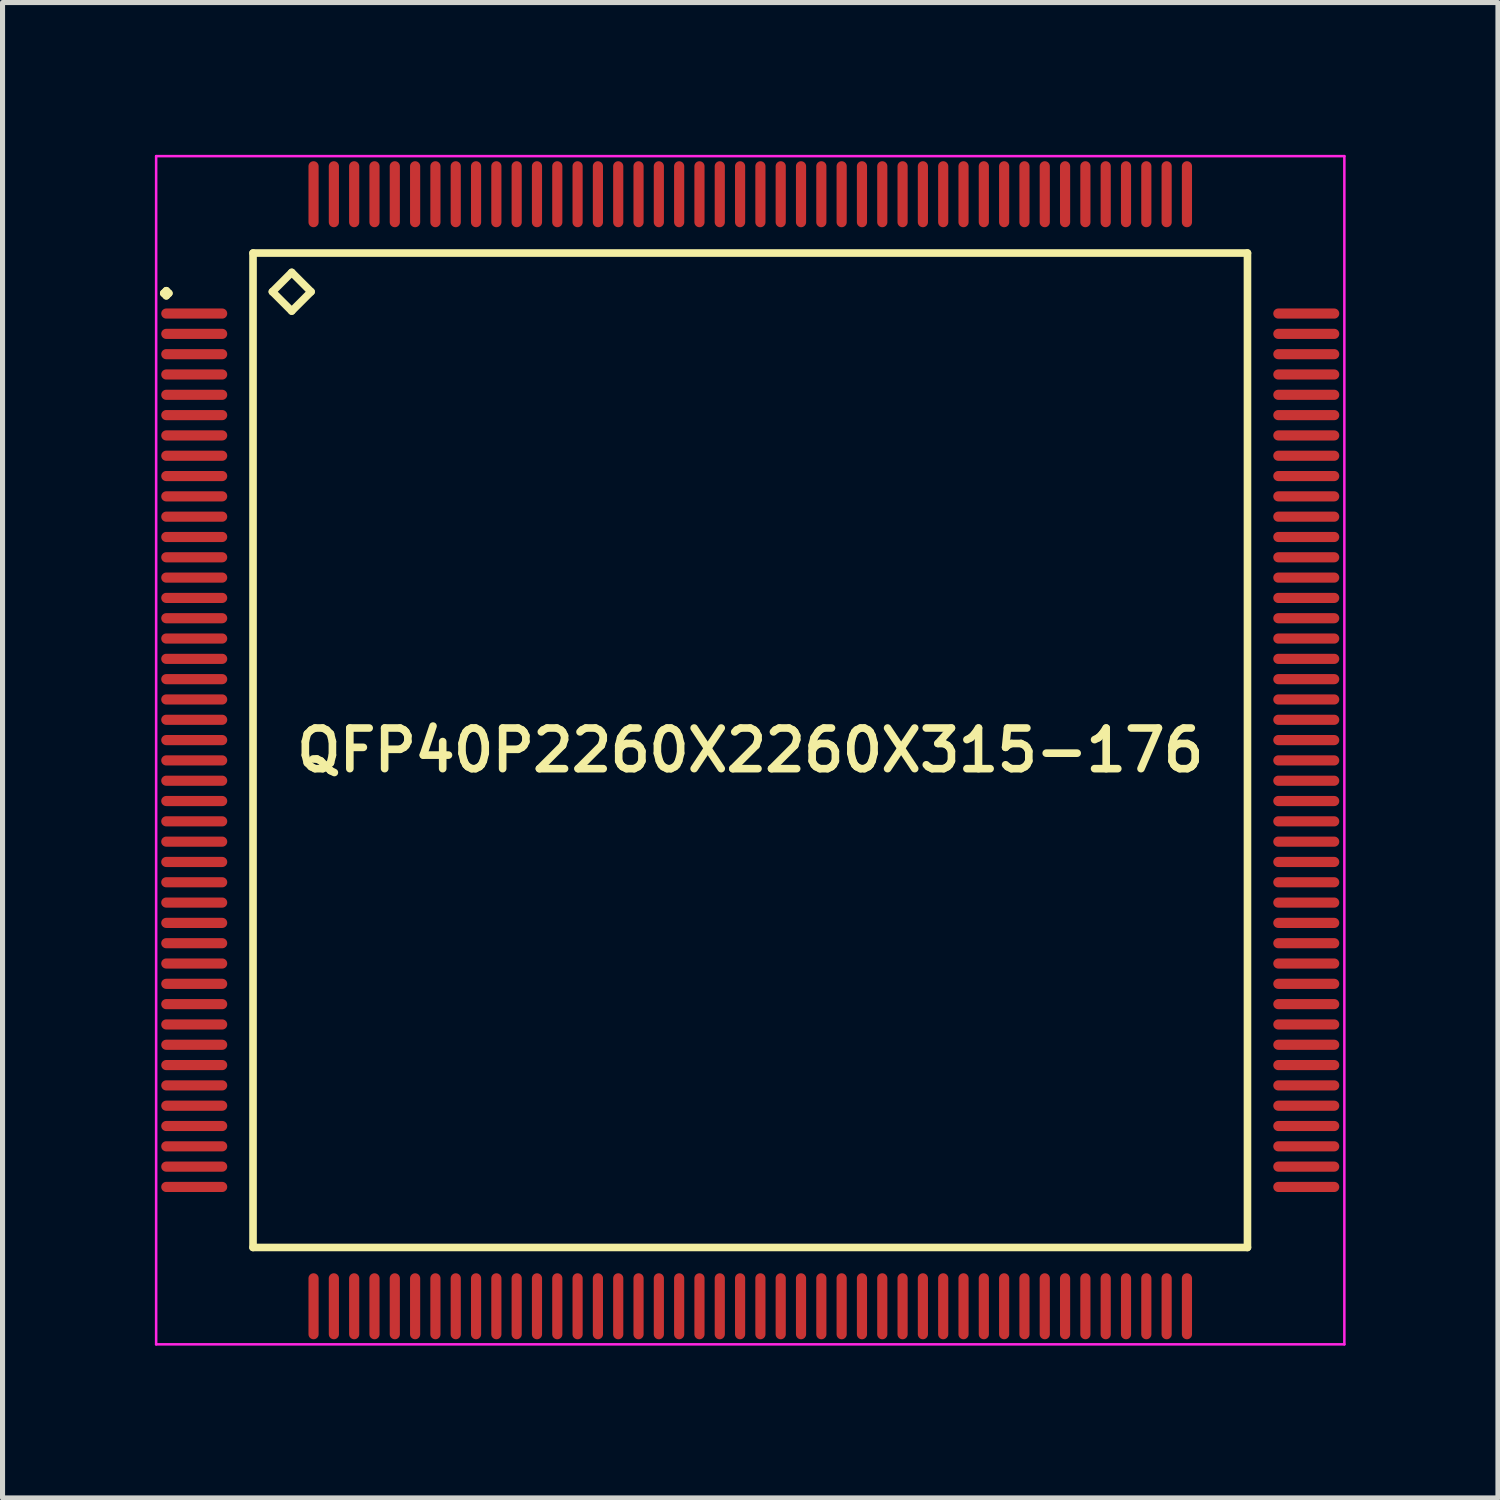
<source format=kicad_pcb>
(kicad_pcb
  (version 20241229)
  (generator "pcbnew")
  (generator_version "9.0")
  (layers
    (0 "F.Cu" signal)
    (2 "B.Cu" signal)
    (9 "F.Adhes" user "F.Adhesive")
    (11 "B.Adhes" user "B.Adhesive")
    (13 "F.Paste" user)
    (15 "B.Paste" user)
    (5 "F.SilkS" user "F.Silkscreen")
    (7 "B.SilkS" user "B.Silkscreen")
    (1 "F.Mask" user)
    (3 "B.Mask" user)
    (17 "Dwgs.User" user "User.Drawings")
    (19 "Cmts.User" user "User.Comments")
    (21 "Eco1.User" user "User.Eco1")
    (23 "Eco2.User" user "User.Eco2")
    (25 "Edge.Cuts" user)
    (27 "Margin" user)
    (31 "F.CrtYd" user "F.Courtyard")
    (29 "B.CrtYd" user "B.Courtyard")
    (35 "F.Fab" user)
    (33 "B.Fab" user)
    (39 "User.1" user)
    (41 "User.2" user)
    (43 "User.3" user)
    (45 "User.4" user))
  (footprint "QFP40P2260X2260X315-176"
    (layer "F.Cu")
    (at 11.725 11.725)
    (property "Reference" "QFP40P2260X2260X315-176" (at 0 0 0) (layer "F.SilkS") (effects (font (size 0.8 0.8) (thickness 0.15))))
    (attr smd)
    (fp_line (start -11.55 -9) (end -11.5 -9.05) (stroke (width 0.15) (type solid)) (layer "F.SilkS"))
    (fp_line (start -11.5 -9.05) (end -11.45 -9) (stroke (width 0.15) (type solid)) (layer "F.SilkS"))
    (fp_line (start -11.5 -8.95) (end -11.55 -9) (stroke (width 0.15) (type solid)) (layer "F.SilkS"))
    (fp_line (start -11.45 -9) (end -11.5 -8.95) (stroke (width 0.15) (type solid)) (layer "F.SilkS"))
    (fp_line (start -9.792 -9.792) (end -9.792 9.792) (stroke (width 0.15) (type solid)) (layer "F.SilkS"))
    (fp_line (start -9.792 9.792) (end 9.792 9.792) (stroke (width 0.15) (type solid)) (layer "F.SilkS"))
    (fp_line (start -9.411 -9.03) (end -9.03 -9.411) (stroke (width 0.15) (type solid)) (layer "F.SilkS"))
    (fp_line (start -9.03 -9.411) (end -8.649 -9.03) (stroke (width 0.15) (type solid)) (layer "F.SilkS"))
    (fp_line (start -9.03 -8.649) (end -9.411 -9.03) (stroke (width 0.15) (type solid)) (layer "F.SilkS"))
    (fp_line (start -8.649 -9.03) (end -9.03 -8.649) (stroke (width 0.15) (type solid)) (layer "F.SilkS"))
    (fp_line (start 9.792 -9.792) (end -9.792 -9.792) (stroke (width 0.15) (type solid)) (layer "F.SilkS"))
    (fp_line (start 9.792 9.792) (end 9.792 -9.792) (stroke (width 0.15) (type solid)) (layer "F.SilkS"))
    (fp_line (start -11.7 -11.7) (end 11.7 -11.7) (stroke (width 0.05) (type solid)) (layer "F.CrtYd"))
    (fp_line (start -11.7 11.7) (end -11.7 -11.7) (stroke (width 0.05) (type solid)) (layer "F.CrtYd"))
    (fp_line (start 11.7 -11.7) (end 11.7 11.7) (stroke (width 0.05) (type solid)) (layer "F.CrtYd"))
    (fp_line (start 11.7 11.7) (end -11.7 11.7) (stroke (width 0.05) (type solid)) (layer "F.CrtYd"))
    (pad "1" smd oval (at -10.95 -8.6) (size 1.3 0.2) (layers "F.Cu" "F.Mask" "F.Paste"))
    (pad "2" smd oval (at -10.95 -8.2) (size 1.3 0.2) (layers "F.Cu" "F.Mask" "F.Paste"))
    (pad "3" smd oval (at -10.95 -7.8) (size 1.3 0.2) (layers "F.Cu" "F.Mask" "F.Paste"))
    (pad "4" smd oval (at -10.95 -7.4) (size 1.3 0.2) (layers "F.Cu" "F.Mask" "F.Paste"))
    (pad "5" smd oval (at -10.95 -7) (size 1.3 0.2) (layers "F.Cu" "F.Mask" "F.Paste"))
    (pad "6" smd oval (at -10.95 -6.6) (size 1.3 0.2) (layers "F.Cu" "F.Mask" "F.Paste"))
    (pad "7" smd oval (at -10.95 -6.2) (size 1.3 0.2) (layers "F.Cu" "F.Mask" "F.Paste"))
    (pad "8" smd oval (at -10.95 -5.8) (size 1.3 0.2) (layers "F.Cu" "F.Mask" "F.Paste"))
    (pad "9" smd oval (at -10.95 -5.4) (size 1.3 0.2) (layers "F.Cu" "F.Mask" "F.Paste"))
    (pad "10" smd oval (at -10.95 -5) (size 1.3 0.2) (layers "F.Cu" "F.Mask" "F.Paste"))
    (pad "11" smd oval (at -10.95 -4.6) (size 1.3 0.2) (layers "F.Cu" "F.Mask" "F.Paste"))
    (pad "12" smd oval (at -10.95 -4.2) (size 1.3 0.2) (layers "F.Cu" "F.Mask" "F.Paste"))
    (pad "13" smd oval (at -10.95 -3.8) (size 1.3 0.2) (layers "F.Cu" "F.Mask" "F.Paste"))
    (pad "14" smd oval (at -10.95 -3.4) (size 1.3 0.2) (layers "F.Cu" "F.Mask" "F.Paste"))
    (pad "15" smd oval (at -10.95 -3) (size 1.3 0.2) (layers "F.Cu" "F.Mask" "F.Paste"))
    (pad "16" smd oval (at -10.95 -2.6) (size 1.3 0.2) (layers "F.Cu" "F.Mask" "F.Paste"))
    (pad "17" smd oval (at -10.95 -2.2) (size 1.3 0.2) (layers "F.Cu" "F.Mask" "F.Paste"))
    (pad "18" smd oval (at -10.95 -1.8) (size 1.3 0.2) (layers "F.Cu" "F.Mask" "F.Paste"))
    (pad "19" smd oval (at -10.95 -1.4) (size 1.3 0.2) (layers "F.Cu" "F.Mask" "F.Paste"))
    (pad "20" smd oval (at -10.95 -1) (size 1.3 0.2) (layers "F.Cu" "F.Mask" "F.Paste"))
    (pad "21" smd oval (at -10.95 -0.6) (size 1.3 0.2) (layers "F.Cu" "F.Mask" "F.Paste"))
    (pad "22" smd oval (at -10.95 -0.2) (size 1.3 0.2) (layers "F.Cu" "F.Mask" "F.Paste"))
    (pad "23" smd oval (at -10.95 0.2) (size 1.3 0.2) (layers "F.Cu" "F.Mask" "F.Paste"))
    (pad "24" smd oval (at -10.95 0.6) (size 1.3 0.2) (layers "F.Cu" "F.Mask" "F.Paste"))
    (pad "25" smd oval (at -10.95 1) (size 1.3 0.2) (layers "F.Cu" "F.Mask" "F.Paste"))
    (pad "26" smd oval (at -10.95 1.4) (size 1.3 0.2) (layers "F.Cu" "F.Mask" "F.Paste"))
    (pad "27" smd oval (at -10.95 1.8) (size 1.3 0.2) (layers "F.Cu" "F.Mask" "F.Paste"))
    (pad "28" smd oval (at -10.95 2.2) (size 1.3 0.2) (layers "F.Cu" "F.Mask" "F.Paste"))
    (pad "29" smd oval (at -10.95 2.6) (size 1.3 0.2) (layers "F.Cu" "F.Mask" "F.Paste"))
    (pad "30" smd oval (at -10.95 3) (size 1.3 0.2) (layers "F.Cu" "F.Mask" "F.Paste"))
    (pad "31" smd oval (at -10.95 3.4) (size 1.3 0.2) (layers "F.Cu" "F.Mask" "F.Paste"))
    (pad "32" smd oval (at -10.95 3.8) (size 1.3 0.2) (layers "F.Cu" "F.Mask" "F.Paste"))
    (pad "33" smd oval (at -10.95 4.2) (size 1.3 0.2) (layers "F.Cu" "F.Mask" "F.Paste"))
    (pad "34" smd oval (at -10.95 4.6) (size 1.3 0.2) (layers "F.Cu" "F.Mask" "F.Paste"))
    (pad "35" smd oval (at -10.95 5) (size 1.3 0.2) (layers "F.Cu" "F.Mask" "F.Paste"))
    (pad "36" smd oval (at -10.95 5.4) (size 1.3 0.2) (layers "F.Cu" "F.Mask" "F.Paste"))
    (pad "37" smd oval (at -10.95 5.8) (size 1.3 0.2) (layers "F.Cu" "F.Mask" "F.Paste"))
    (pad "38" smd oval (at -10.95 6.2) (size 1.3 0.2) (layers "F.Cu" "F.Mask" "F.Paste"))
    (pad "39" smd oval (at -10.95 6.6) (size 1.3 0.2) (layers "F.Cu" "F.Mask" "F.Paste"))
    (pad "40" smd oval (at -10.95 7) (size 1.3 0.2) (layers "F.Cu" "F.Mask" "F.Paste"))
    (pad "41" smd oval (at -10.95 7.4) (size 1.3 0.2) (layers "F.Cu" "F.Mask" "F.Paste"))
    (pad "42" smd oval (at -10.95 7.8) (size 1.3 0.2) (layers "F.Cu" "F.Mask" "F.Paste"))
    (pad "43" smd oval (at -10.95 8.2) (size 1.3 0.2) (layers "F.Cu" "F.Mask" "F.Paste"))
    (pad "44" smd oval (at -10.95 8.6) (size 1.3 0.2) (layers "F.Cu" "F.Mask" "F.Paste"))
    (pad "45" smd oval (at -8.6 10.95) (size 0.2 1.3) (layers "F.Cu" "F.Mask" "F.Paste"))
    (pad "46" smd oval (at -8.2 10.95) (size 0.2 1.3) (layers "F.Cu" "F.Mask" "F.Paste"))
    (pad "47" smd oval (at -7.8 10.95) (size 0.2 1.3) (layers "F.Cu" "F.Mask" "F.Paste"))
    (pad "48" smd oval (at -7.4 10.95) (size 0.2 1.3) (layers "F.Cu" "F.Mask" "F.Paste"))
    (pad "49" smd oval (at -7 10.95) (size 0.2 1.3) (layers "F.Cu" "F.Mask" "F.Paste"))
    (pad "50" smd oval (at -6.6 10.95) (size 0.2 1.3) (layers "F.Cu" "F.Mask" "F.Paste"))
    (pad "51" smd oval (at -6.2 10.95) (size 0.2 1.3) (layers "F.Cu" "F.Mask" "F.Paste"))
    (pad "52" smd oval (at -5.8 10.95) (size 0.2 1.3) (layers "F.Cu" "F.Mask" "F.Paste"))
    (pad "53" smd oval (at -5.4 10.95) (size 0.2 1.3) (layers "F.Cu" "F.Mask" "F.Paste"))
    (pad "54" smd oval (at -5 10.95) (size 0.2 1.3) (layers "F.Cu" "F.Mask" "F.Paste"))
    (pad "55" smd oval (at -4.6 10.95) (size 0.2 1.3) (layers "F.Cu" "F.Mask" "F.Paste"))
    (pad "56" smd oval (at -4.2 10.95) (size 0.2 1.3) (layers "F.Cu" "F.Mask" "F.Paste"))
    (pad "57" smd oval (at -3.8 10.95) (size 0.2 1.3) (layers "F.Cu" "F.Mask" "F.Paste"))
    (pad "58" smd oval (at -3.4 10.95) (size 0.2 1.3) (layers "F.Cu" "F.Mask" "F.Paste"))
    (pad "59" smd oval (at -3 10.95) (size 0.2 1.3) (layers "F.Cu" "F.Mask" "F.Paste"))
    (pad "60" smd oval (at -2.6 10.95) (size 0.2 1.3) (layers "F.Cu" "F.Mask" "F.Paste"))
    (pad "61" smd oval (at -2.2 10.95) (size 0.2 1.3) (layers "F.Cu" "F.Mask" "F.Paste"))
    (pad "62" smd oval (at -1.8 10.95) (size 0.2 1.3) (layers "F.Cu" "F.Mask" "F.Paste"))
    (pad "63" smd oval (at -1.4 10.95) (size 0.2 1.3) (layers "F.Cu" "F.Mask" "F.Paste"))
    (pad "64" smd oval (at -1 10.95) (size 0.2 1.3) (layers "F.Cu" "F.Mask" "F.Paste"))
    (pad "65" smd oval (at -0.6 10.95) (size 0.2 1.3) (layers "F.Cu" "F.Mask" "F.Paste"))
    (pad "66" smd oval (at -0.2 10.95) (size 0.2 1.3) (layers "F.Cu" "F.Mask" "F.Paste"))
    (pad "67" smd oval (at 0.2 10.95) (size 0.2 1.3) (layers "F.Cu" "F.Mask" "F.Paste"))
    (pad "68" smd oval (at 0.6 10.95) (size 0.2 1.3) (layers "F.Cu" "F.Mask" "F.Paste"))
    (pad "69" smd oval (at 1 10.95) (size 0.2 1.3) (layers "F.Cu" "F.Mask" "F.Paste"))
    (pad "70" smd oval (at 1.4 10.95) (size 0.2 1.3) (layers "F.Cu" "F.Mask" "F.Paste"))
    (pad "71" smd oval (at 1.8 10.95) (size 0.2 1.3) (layers "F.Cu" "F.Mask" "F.Paste"))
    (pad "72" smd oval (at 2.2 10.95) (size 0.2 1.3) (layers "F.Cu" "F.Mask" "F.Paste"))
    (pad "73" smd oval (at 2.6 10.95) (size 0.2 1.3) (layers "F.Cu" "F.Mask" "F.Paste"))
    (pad "74" smd oval (at 3 10.95) (size 0.2 1.3) (layers "F.Cu" "F.Mask" "F.Paste"))
    (pad "75" smd oval (at 3.4 10.95) (size 0.2 1.3) (layers "F.Cu" "F.Mask" "F.Paste"))
    (pad "76" smd oval (at 3.8 10.95) (size 0.2 1.3) (layers "F.Cu" "F.Mask" "F.Paste"))
    (pad "77" smd oval (at 4.2 10.95) (size 0.2 1.3) (layers "F.Cu" "F.Mask" "F.Paste"))
    (pad "78" smd oval (at 4.6 10.95) (size 0.2 1.3) (layers "F.Cu" "F.Mask" "F.Paste"))
    (pad "79" smd oval (at 5 10.95) (size 0.2 1.3) (layers "F.Cu" "F.Mask" "F.Paste"))
    (pad "80" smd oval (at 5.4 10.95) (size 0.2 1.3) (layers "F.Cu" "F.Mask" "F.Paste"))
    (pad "81" smd oval (at 5.8 10.95) (size 0.2 1.3) (layers "F.Cu" "F.Mask" "F.Paste"))
    (pad "82" smd oval (at 6.2 10.95) (size 0.2 1.3) (layers "F.Cu" "F.Mask" "F.Paste"))
    (pad "83" smd oval (at 6.6 10.95) (size 0.2 1.3) (layers "F.Cu" "F.Mask" "F.Paste"))
    (pad "84" smd oval (at 7 10.95) (size 0.2 1.3) (layers "F.Cu" "F.Mask" "F.Paste"))
    (pad "85" smd oval (at 7.4 10.95) (size 0.2 1.3) (layers "F.Cu" "F.Mask" "F.Paste"))
    (pad "86" smd oval (at 7.8 10.95) (size 0.2 1.3) (layers "F.Cu" "F.Mask" "F.Paste"))
    (pad "87" smd oval (at 8.2 10.95) (size 0.2 1.3) (layers "F.Cu" "F.Mask" "F.Paste"))
    (pad "88" smd oval (at 8.6 10.95) (size 0.2 1.3) (layers "F.Cu" "F.Mask" "F.Paste"))
    (pad "89" smd oval (at 10.95 8.6) (size 1.3 0.2) (layers "F.Cu" "F.Mask" "F.Paste"))
    (pad "90" smd oval (at 10.95 8.2) (size 1.3 0.2) (layers "F.Cu" "F.Mask" "F.Paste"))
    (pad "91" smd oval (at 10.95 7.8) (size 1.3 0.2) (layers "F.Cu" "F.Mask" "F.Paste"))
    (pad "92" smd oval (at 10.95 7.4) (size 1.3 0.2) (layers "F.Cu" "F.Mask" "F.Paste"))
    (pad "93" smd oval (at 10.95 7) (size 1.3 0.2) (layers "F.Cu" "F.Mask" "F.Paste"))
    (pad "94" smd oval (at 10.95 6.6) (size 1.3 0.2) (layers "F.Cu" "F.Mask" "F.Paste"))
    (pad "95" smd oval (at 10.95 6.2) (size 1.3 0.2) (layers "F.Cu" "F.Mask" "F.Paste"))
    (pad "96" smd oval (at 10.95 5.8) (size 1.3 0.2) (layers "F.Cu" "F.Mask" "F.Paste"))
    (pad "97" smd oval (at 10.95 5.4) (size 1.3 0.2) (layers "F.Cu" "F.Mask" "F.Paste"))
    (pad "98" smd oval (at 10.95 5) (size 1.3 0.2) (layers "F.Cu" "F.Mask" "F.Paste"))
    (pad "99" smd oval (at 10.95 4.6) (size 1.3 0.2) (layers "F.Cu" "F.Mask" "F.Paste"))
    (pad "100" smd oval (at 10.95 4.2) (size 1.3 0.2) (layers "F.Cu" "F.Mask" "F.Paste"))
    (pad "101" smd oval (at 10.95 3.8) (size 1.3 0.2) (layers "F.Cu" "F.Mask" "F.Paste"))
    (pad "102" smd oval (at 10.95 3.4) (size 1.3 0.2) (layers "F.Cu" "F.Mask" "F.Paste"))
    (pad "103" smd oval (at 10.95 3) (size 1.3 0.2) (layers "F.Cu" "F.Mask" "F.Paste"))
    (pad "104" smd oval (at 10.95 2.6) (size 1.3 0.2) (layers "F.Cu" "F.Mask" "F.Paste"))
    (pad "105" smd oval (at 10.95 2.2) (size 1.3 0.2) (layers "F.Cu" "F.Mask" "F.Paste"))
    (pad "106" smd oval (at 10.95 1.8) (size 1.3 0.2) (layers "F.Cu" "F.Mask" "F.Paste"))
    (pad "107" smd oval (at 10.95 1.4) (size 1.3 0.2) (layers "F.Cu" "F.Mask" "F.Paste"))
    (pad "108" smd oval (at 10.95 1) (size 1.3 0.2) (layers "F.Cu" "F.Mask" "F.Paste"))
    (pad "109" smd oval (at 10.95 0.6) (size 1.3 0.2) (layers "F.Cu" "F.Mask" "F.Paste"))
    (pad "110" smd oval (at 10.95 0.2) (size 1.3 0.2) (layers "F.Cu" "F.Mask" "F.Paste"))
    (pad "111" smd oval (at 10.95 -0.2) (size 1.3 0.2) (layers "F.Cu" "F.Mask" "F.Paste"))
    (pad "112" smd oval (at 10.95 -0.6) (size 1.3 0.2) (layers "F.Cu" "F.Mask" "F.Paste"))
    (pad "113" smd oval (at 10.95 -1) (size 1.3 0.2) (layers "F.Cu" "F.Mask" "F.Paste"))
    (pad "114" smd oval (at 10.95 -1.4) (size 1.3 0.2) (layers "F.Cu" "F.Mask" "F.Paste"))
    (pad "115" smd oval (at 10.95 -1.8) (size 1.3 0.2) (layers "F.Cu" "F.Mask" "F.Paste"))
    (pad "116" smd oval (at 10.95 -2.2) (size 1.3 0.2) (layers "F.Cu" "F.Mask" "F.Paste"))
    (pad "117" smd oval (at 10.95 -2.6) (size 1.3 0.2) (layers "F.Cu" "F.Mask" "F.Paste"))
    (pad "118" smd oval (at 10.95 -3) (size 1.3 0.2) (layers "F.Cu" "F.Mask" "F.Paste"))
    (pad "119" smd oval (at 10.95 -3.4) (size 1.3 0.2) (layers "F.Cu" "F.Mask" "F.Paste"))
    (pad "120" smd oval (at 10.95 -3.8) (size 1.3 0.2) (layers "F.Cu" "F.Mask" "F.Paste"))
    (pad "121" smd oval (at 10.95 -4.2) (size 1.3 0.2) (layers "F.Cu" "F.Mask" "F.Paste"))
    (pad "122" smd oval (at 10.95 -4.6) (size 1.3 0.2) (layers "F.Cu" "F.Mask" "F.Paste"))
    (pad "123" smd oval (at 10.95 -5) (size 1.3 0.2) (layers "F.Cu" "F.Mask" "F.Paste"))
    (pad "124" smd oval (at 10.95 -5.4) (size 1.3 0.2) (layers "F.Cu" "F.Mask" "F.Paste"))
    (pad "125" smd oval (at 10.95 -5.8) (size 1.3 0.2) (layers "F.Cu" "F.Mask" "F.Paste"))
    (pad "126" smd oval (at 10.95 -6.2) (size 1.3 0.2) (layers "F.Cu" "F.Mask" "F.Paste"))
    (pad "127" smd oval (at 10.95 -6.6) (size 1.3 0.2) (layers "F.Cu" "F.Mask" "F.Paste"))
    (pad "128" smd oval (at 10.95 -7) (size 1.3 0.2) (layers "F.Cu" "F.Mask" "F.Paste"))
    (pad "129" smd oval (at 10.95 -7.4) (size 1.3 0.2) (layers "F.Cu" "F.Mask" "F.Paste"))
    (pad "130" smd oval (at 10.95 -7.8) (size 1.3 0.2) (layers "F.Cu" "F.Mask" "F.Paste"))
    (pad "131" smd oval (at 10.95 -8.2) (size 1.3 0.2) (layers "F.Cu" "F.Mask" "F.Paste"))
    (pad "132" smd oval (at 10.95 -8.6) (size 1.3 0.2) (layers "F.Cu" "F.Mask" "F.Paste"))
    (pad "133" smd oval (at 8.6 -10.95) (size 0.2 1.3) (layers "F.Cu" "F.Mask" "F.Paste"))
    (pad "134" smd oval (at 8.2 -10.95) (size 0.2 1.3) (layers "F.Cu" "F.Mask" "F.Paste"))
    (pad "135" smd oval (at 7.8 -10.95) (size 0.2 1.3) (layers "F.Cu" "F.Mask" "F.Paste"))
    (pad "136" smd oval (at 7.4 -10.95) (size 0.2 1.3) (layers "F.Cu" "F.Mask" "F.Paste"))
    (pad "137" smd oval (at 7 -10.95) (size 0.2 1.3) (layers "F.Cu" "F.Mask" "F.Paste"))
    (pad "138" smd oval (at 6.6 -10.95) (size 0.2 1.3) (layers "F.Cu" "F.Mask" "F.Paste"))
    (pad "139" smd oval (at 6.2 -10.95) (size 0.2 1.3) (layers "F.Cu" "F.Mask" "F.Paste"))
    (pad "140" smd oval (at 5.8 -10.95) (size 0.2 1.3) (layers "F.Cu" "F.Mask" "F.Paste"))
    (pad "141" smd oval (at 5.4 -10.95) (size 0.2 1.3) (layers "F.Cu" "F.Mask" "F.Paste"))
    (pad "142" smd oval (at 5 -10.95) (size 0.2 1.3) (layers "F.Cu" "F.Mask" "F.Paste"))
    (pad "143" smd oval (at 4.6 -10.95) (size 0.2 1.3) (layers "F.Cu" "F.Mask" "F.Paste"))
    (pad "144" smd oval (at 4.2 -10.95) (size 0.2 1.3) (layers "F.Cu" "F.Mask" "F.Paste"))
    (pad "145" smd oval (at 3.8 -10.95) (size 0.2 1.3) (layers "F.Cu" "F.Mask" "F.Paste"))
    (pad "146" smd oval (at 3.4 -10.95) (size 0.2 1.3) (layers "F.Cu" "F.Mask" "F.Paste"))
    (pad "147" smd oval (at 3 -10.95) (size 0.2 1.3) (layers "F.Cu" "F.Mask" "F.Paste"))
    (pad "148" smd oval (at 2.6 -10.95) (size 0.2 1.3) (layers "F.Cu" "F.Mask" "F.Paste"))
    (pad "149" smd oval (at 2.2 -10.95) (size 0.2 1.3) (layers "F.Cu" "F.Mask" "F.Paste"))
    (pad "150" smd oval (at 1.8 -10.95) (size 0.2 1.3) (layers "F.Cu" "F.Mask" "F.Paste"))
    (pad "151" smd oval (at 1.4 -10.95) (size 0.2 1.3) (layers "F.Cu" "F.Mask" "F.Paste"))
    (pad "152" smd oval (at 1 -10.95) (size 0.2 1.3) (layers "F.Cu" "F.Mask" "F.Paste"))
    (pad "153" smd oval (at 0.6 -10.95) (size 0.2 1.3) (layers "F.Cu" "F.Mask" "F.Paste"))
    (pad "154" smd oval (at 0.2 -10.95) (size 0.2 1.3) (layers "F.Cu" "F.Mask" "F.Paste"))
    (pad "155" smd oval (at -0.2 -10.95) (size 0.2 1.3) (layers "F.Cu" "F.Mask" "F.Paste"))
    (pad "156" smd oval (at -0.6 -10.95) (size 0.2 1.3) (layers "F.Cu" "F.Mask" "F.Paste"))
    (pad "157" smd oval (at -1 -10.95) (size 0.2 1.3) (layers "F.Cu" "F.Mask" "F.Paste"))
    (pad "158" smd oval (at -1.4 -10.95) (size 0.2 1.3) (layers "F.Cu" "F.Mask" "F.Paste"))
    (pad "159" smd oval (at -1.8 -10.95) (size 0.2 1.3) (layers "F.Cu" "F.Mask" "F.Paste"))
    (pad "160" smd oval (at -2.2 -10.95) (size 0.2 1.3) (layers "F.Cu" "F.Mask" "F.Paste"))
    (pad "161" smd oval (at -2.6 -10.95) (size 0.2 1.3) (layers "F.Cu" "F.Mask" "F.Paste"))
    (pad "162" smd oval (at -3 -10.95) (size 0.2 1.3) (layers "F.Cu" "F.Mask" "F.Paste"))
    (pad "163" smd oval (at -3.4 -10.95) (size 0.2 1.3) (layers "F.Cu" "F.Mask" "F.Paste"))
    (pad "164" smd oval (at -3.8 -10.95) (size 0.2 1.3) (layers "F.Cu" "F.Mask" "F.Paste"))
    (pad "165" smd oval (at -4.2 -10.95) (size 0.2 1.3) (layers "F.Cu" "F.Mask" "F.Paste"))
    (pad "166" smd oval (at -4.6 -10.95) (size 0.2 1.3) (layers "F.Cu" "F.Mask" "F.Paste"))
    (pad "167" smd oval (at -5 -10.95) (size 0.2 1.3) (layers "F.Cu" "F.Mask" "F.Paste"))
    (pad "168" smd oval (at -5.4 -10.95) (size 0.2 1.3) (layers "F.Cu" "F.Mask" "F.Paste"))
    (pad "169" smd oval (at -5.8 -10.95) (size 0.2 1.3) (layers "F.Cu" "F.Mask" "F.Paste"))
    (pad "170" smd oval (at -6.2 -10.95) (size 0.2 1.3) (layers "F.Cu" "F.Mask" "F.Paste"))
    (pad "171" smd oval (at -6.6 -10.95) (size 0.2 1.3) (layers "F.Cu" "F.Mask" "F.Paste"))
    (pad "172" smd oval (at -7 -10.95) (size 0.2 1.3) (layers "F.Cu" "F.Mask" "F.Paste"))
    (pad "173" smd oval (at -7.4 -10.95) (size 0.2 1.3) (layers "F.Cu" "F.Mask" "F.Paste"))
    (pad "174" smd oval (at -7.8 -10.95) (size 0.2 1.3) (layers "F.Cu" "F.Mask" "F.Paste"))
    (pad "175" smd oval (at -8.2 -10.95) (size 0.2 1.3) (layers "F.Cu" "F.Mask" "F.Paste"))
    (pad "176" smd oval (at -8.6 -10.95) (size 0.2 1.3) (layers "F.Cu" "F.Mask" "F.Paste")))
  (gr_rect
    (start -3 -3)
    (end 26.45 26.45)
    (stroke (width 0.1) (type default))
    (fill no)
    (layer "Edge.Cuts")))
</source>
